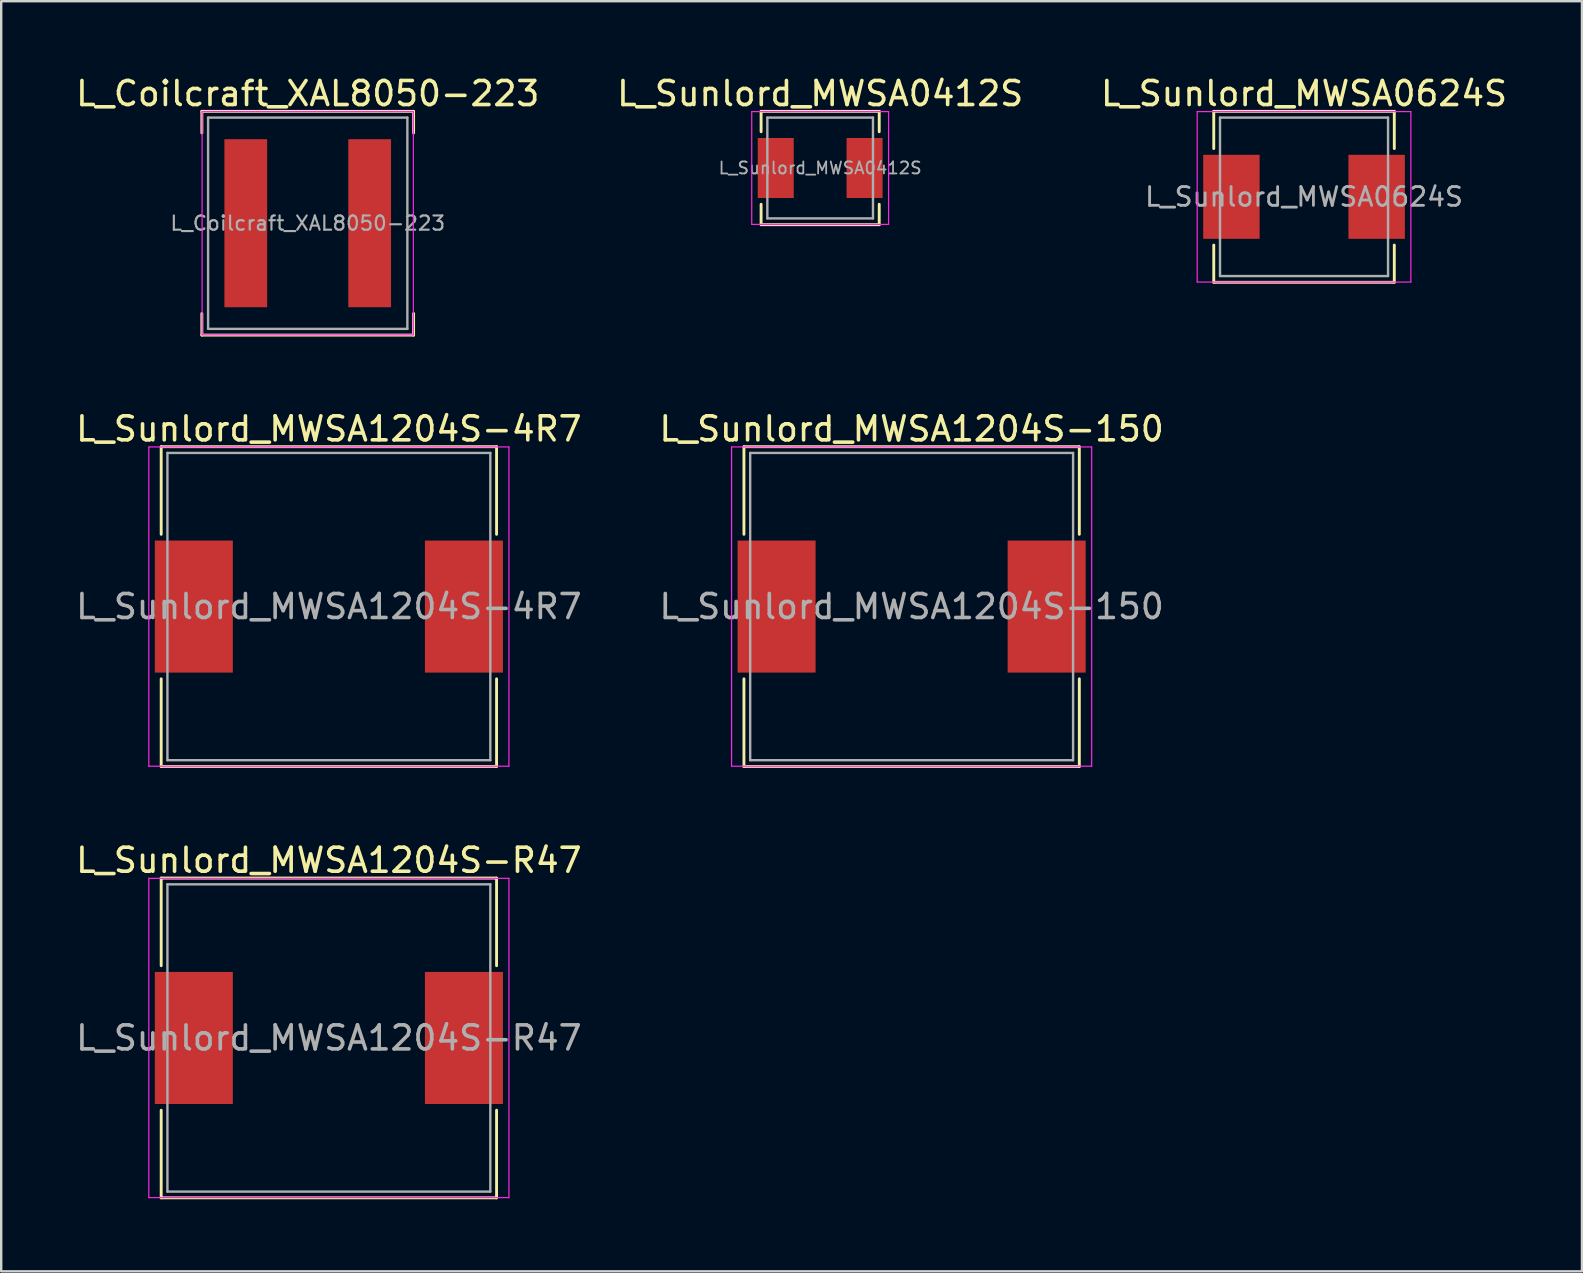
<source format=kicad_pcb>
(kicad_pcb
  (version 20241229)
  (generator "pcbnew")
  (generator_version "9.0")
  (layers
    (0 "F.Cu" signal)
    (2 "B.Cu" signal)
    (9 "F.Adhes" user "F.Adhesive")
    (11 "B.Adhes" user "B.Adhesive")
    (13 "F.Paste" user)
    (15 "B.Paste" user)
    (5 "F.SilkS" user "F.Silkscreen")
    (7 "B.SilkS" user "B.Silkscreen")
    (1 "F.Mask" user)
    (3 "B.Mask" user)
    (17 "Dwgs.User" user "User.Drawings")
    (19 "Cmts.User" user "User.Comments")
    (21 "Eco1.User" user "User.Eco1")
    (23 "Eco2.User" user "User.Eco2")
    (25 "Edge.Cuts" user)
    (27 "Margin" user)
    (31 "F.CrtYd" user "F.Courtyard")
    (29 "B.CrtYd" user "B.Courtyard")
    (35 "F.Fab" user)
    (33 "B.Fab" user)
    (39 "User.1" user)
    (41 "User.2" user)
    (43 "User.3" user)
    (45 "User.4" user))
  (footprint "L_Sunlord_MWSA1204S-150"
    (layer "F.Cu")
    (at 34.923 22.216)
    (property "Reference" "L_Sunlord_MWSA1204S-150" (at 0 -7.4 0) (layer "F.SilkS") (effects (font (size 1 1) (thickness 0.15))))
    (attr smd)
    (fp_line (start -6.985 -6.66) (end -6.985 -3.01) (stroke (width 0.12) (type solid)) (layer "F.SilkS"))
    (fp_line (start -6.985 -6.66) (end 6.985 -6.66) (stroke (width 0.12) (type solid)) (layer "F.SilkS"))
    (fp_line (start -6.985 6.66) (end -6.985 3.01) (stroke (width 0.12) (type solid)) (layer "F.SilkS"))
    (fp_line (start -6.985 6.66) (end 6.985 6.66) (stroke (width 0.12) (type solid)) (layer "F.SilkS"))
    (fp_line (start 6.985 -6.66) (end 6.985 -3.01) (stroke (width 0.12) (type solid)) (layer "F.SilkS"))
    (fp_line (start 6.985 6.66) (end 6.985 3.01) (stroke (width 0.12) (type solid)) (layer "F.SilkS"))
    (fp_line (start -7.5 -6.65) (end -7.5 6.65) (stroke (width 0.05) (type solid)) (layer "F.CrtYd"))
    (fp_line (start -7.5 6.65) (end 7.5 6.65) (stroke (width 0.05) (type solid)) (layer "F.CrtYd"))
    (fp_line (start 7.5 -6.65) (end -7.5 -6.65) (stroke (width 0.05) (type solid)) (layer "F.CrtYd"))
    (fp_line (start 7.5 6.65) (end 7.5 -6.65) (stroke (width 0.05) (type solid)) (layer "F.CrtYd"))
    (fp_line (start -6.725 -6.4) (end -6.725 6.4) (stroke (width 0.1) (type solid)) (layer "F.Fab"))
    (fp_line (start -6.725 6.4) (end 6.725 6.4) (stroke (width 0.1) (type solid)) (layer "F.Fab"))
    (fp_line (start 6.725 -6.4) (end -6.725 -6.4) (stroke (width 0.1) (type solid)) (layer "F.Fab"))
    (fp_line (start 6.725 6.4) (end 6.725 -6.4) (stroke (width 0.1) (type solid)) (layer "F.Fab"))
    (fp_text user "${REFERENCE}" (at 0 0 0) (layer "F.Fab") (effects (font (size 1 1) (thickness 0.15))))
    (pad "1" smd rect (at -5.625 0) (size 3.25 5.5) (layers "F.Cu" "F.Mask" "F.Paste"))
    (pad "2" smd rect (at 5.625 0) (size 3.25 5.5) (layers "F.Cu" "F.Mask" "F.Paste")))
  (footprint "L_Sunlord_MWSA1204S-4R7"
    (layer "F.Cu")
    (at 10.649 22.216)
    (property "Reference" "L_Sunlord_MWSA1204S-4R7" (at 0 -7.4 0) (layer "F.SilkS") (effects (font (size 1 1) (thickness 0.15))))
    (attr smd)
    (fp_line (start -6.985 -6.66) (end -6.985 -3.01) (stroke (width 0.12) (type solid)) (layer "F.SilkS"))
    (fp_line (start -6.985 -6.66) (end 6.985 -6.66) (stroke (width 0.12) (type solid)) (layer "F.SilkS"))
    (fp_line (start -6.985 6.66) (end -6.985 3.01) (stroke (width 0.12) (type solid)) (layer "F.SilkS"))
    (fp_line (start -6.985 6.66) (end 6.985 6.66) (stroke (width 0.12) (type solid)) (layer "F.SilkS"))
    (fp_line (start 6.985 -6.66) (end 6.985 -3.01) (stroke (width 0.12) (type solid)) (layer "F.SilkS"))
    (fp_line (start 6.985 6.66) (end 6.985 3.01) (stroke (width 0.12) (type solid)) (layer "F.SilkS"))
    (fp_line (start -7.5 -6.65) (end -7.5 6.65) (stroke (width 0.05) (type solid)) (layer "F.CrtYd"))
    (fp_line (start -7.5 6.65) (end 7.5 6.65) (stroke (width 0.05) (type solid)) (layer "F.CrtYd"))
    (fp_line (start 7.5 -6.65) (end -7.5 -6.65) (stroke (width 0.05) (type solid)) (layer "F.CrtYd"))
    (fp_line (start 7.5 6.65) (end 7.5 -6.65) (stroke (width 0.05) (type solid)) (layer "F.CrtYd"))
    (fp_line (start -6.725 -6.4) (end -6.725 6.4) (stroke (width 0.1) (type solid)) (layer "F.Fab"))
    (fp_line (start -6.725 6.4) (end 6.725 6.4) (stroke (width 0.1) (type solid)) (layer "F.Fab"))
    (fp_line (start 6.725 -6.4) (end -6.725 -6.4) (stroke (width 0.1) (type solid)) (layer "F.Fab"))
    (fp_line (start 6.725 6.4) (end 6.725 -6.4) (stroke (width 0.1) (type solid)) (layer "F.Fab"))
    (fp_text user "${REFERENCE}" (at 0 0 0) (layer "F.Fab") (effects (font (size 1 1) (thickness 0.15))))
    (pad "1" smd rect (at -5.625 0) (size 3.25 5.5) (layers "F.Cu" "F.Mask" "F.Paste"))
    (pad "2" smd rect (at 5.625 0) (size 3.25 5.5) (layers "F.Cu" "F.Mask" "F.Paste")))
  (footprint "L_Sunlord_MWSA0412S"
    (layer "F.Cu")
    (at 31.113 3.948)
    (property "Reference" "L_Sunlord_MWSA0412S" (at 0 -3.1 0) (layer "F.SilkS") (effects (font (size 1 1) (thickness 0.15))))
    (attr smd)
    (fp_line (start -2.46 -2.36) (end -2.46 -1.51) (stroke (width 0.12) (type solid)) (layer "F.SilkS"))
    (fp_line (start -2.46 -2.36) (end 2.46 -2.36) (stroke (width 0.12) (type solid)) (layer "F.SilkS"))
    (fp_line (start -2.46 2.36) (end -2.46 1.51) (stroke (width 0.12) (type solid)) (layer "F.SilkS"))
    (fp_line (start -2.46 2.36) (end 2.46 2.36) (stroke (width 0.12) (type solid)) (layer "F.SilkS"))
    (fp_line (start 2.46 -2.36) (end 2.46 -1.51) (stroke (width 0.12) (type solid)) (layer "F.SilkS"))
    (fp_line (start 2.46 2.36) (end 2.46 1.51) (stroke (width 0.12) (type solid)) (layer "F.SilkS"))
    (fp_line (start -2.85 -2.35) (end -2.85 2.35) (stroke (width 0.05) (type solid)) (layer "F.CrtYd"))
    (fp_line (start -2.85 2.35) (end 2.85 2.35) (stroke (width 0.05) (type solid)) (layer "F.CrtYd"))
    (fp_line (start 2.85 -2.35) (end -2.85 -2.35) (stroke (width 0.05) (type solid)) (layer "F.CrtYd"))
    (fp_line (start 2.85 2.35) (end 2.85 -2.35) (stroke (width 0.05) (type solid)) (layer "F.CrtYd"))
    (fp_line (start -2.2 -2.1) (end -2.2 2.1) (stroke (width 0.1) (type solid)) (layer "F.Fab"))
    (fp_line (start -2.2 2.1) (end 2.2 2.1) (stroke (width 0.1) (type solid)) (layer "F.Fab"))
    (fp_line (start 2.2 -2.1) (end -2.2 -2.1) (stroke (width 0.1) (type solid)) (layer "F.Fab"))
    (fp_line (start 2.2 2.1) (end 2.2 -2.1) (stroke (width 0.1) (type solid)) (layer "F.Fab"))
    (fp_text user "${REFERENCE}" (at 0 0 0) (layer "F.Fab") (effects (font (size 0.5 0.5) (thickness 0.075))))
    (pad "1" smd rect (at -1.85 0) (size 1.5 2.5) (layers "F.Cu" "F.Mask" "F.Paste"))
    (pad "2" smd rect (at 1.85 0) (size 1.5 2.5) (layers "F.Cu" "F.Mask" "F.Paste")))
  (footprint "L_Sunlord_MWSA1204S-R47"
    (layer "F.Cu")
    (at 10.649 40.185)
    (property "Reference" "L_Sunlord_MWSA1204S-R47" (at 0 -7.4 0) (layer "F.SilkS") (effects (font (size 1 1) (thickness 0.15))))
    (attr smd)
    (fp_line (start -6.985 -6.66) (end -6.985 -3.01) (stroke (width 0.12) (type solid)) (layer "F.SilkS"))
    (fp_line (start -6.985 -6.66) (end 6.985 -6.66) (stroke (width 0.12) (type solid)) (layer "F.SilkS"))
    (fp_line (start -6.985 6.66) (end -6.985 3.01) (stroke (width 0.12) (type solid)) (layer "F.SilkS"))
    (fp_line (start -6.985 6.66) (end 6.985 6.66) (stroke (width 0.12) (type solid)) (layer "F.SilkS"))
    (fp_line (start 6.985 -6.66) (end 6.985 -3.01) (stroke (width 0.12) (type solid)) (layer "F.SilkS"))
    (fp_line (start 6.985 6.66) (end 6.985 3.01) (stroke (width 0.12) (type solid)) (layer "F.SilkS"))
    (fp_line (start -7.5 -6.65) (end -7.5 6.65) (stroke (width 0.05) (type solid)) (layer "F.CrtYd"))
    (fp_line (start -7.5 6.65) (end 7.5 6.65) (stroke (width 0.05) (type solid)) (layer "F.CrtYd"))
    (fp_line (start 7.5 -6.65) (end -7.5 -6.65) (stroke (width 0.05) (type solid)) (layer "F.CrtYd"))
    (fp_line (start 7.5 6.65) (end 7.5 -6.65) (stroke (width 0.05) (type solid)) (layer "F.CrtYd"))
    (fp_line (start -6.725 -6.4) (end -6.725 6.4) (stroke (width 0.1) (type solid)) (layer "F.Fab"))
    (fp_line (start -6.725 6.4) (end 6.725 6.4) (stroke (width 0.1) (type solid)) (layer "F.Fab"))
    (fp_line (start 6.725 -6.4) (end -6.725 -6.4) (stroke (width 0.1) (type solid)) (layer "F.Fab"))
    (fp_line (start 6.725 6.4) (end 6.725 -6.4) (stroke (width 0.1) (type solid)) (layer "F.Fab"))
    (fp_text user "${REFERENCE}" (at 0 0 0) (layer "F.Fab") (effects (font (size 1 1) (thickness 0.15))))
    (pad "1" smd rect (at -5.625 0) (size 3.25 5.5) (layers "F.Cu" "F.Mask" "F.Paste"))
    (pad "2" smd rect (at 5.625 0) (size 3.25 5.5) (layers "F.Cu" "F.Mask" "F.Paste")))
  (footprint "L_Sunlord_MWSA0624S"
    (layer "F.Cu")
    (at 51.268 5.148)
    (property "Reference" "L_Sunlord_MWSA0624S" (at 0 -4.3 0) (layer "F.SilkS") (effects (font (size 1 1) (thickness 0.15))))
    (attr smd)
    (fp_line (start -3.76 -3.56) (end -3.76 -2.01) (stroke (width 0.12) (type solid)) (layer "F.SilkS"))
    (fp_line (start -3.76 -3.56) (end 3.76 -3.56) (stroke (width 0.12) (type solid)) (layer "F.SilkS"))
    (fp_line (start -3.76 3.56) (end -3.76 2.01) (stroke (width 0.12) (type solid)) (layer "F.SilkS"))
    (fp_line (start -3.76 3.56) (end 3.76 3.56) (stroke (width 0.12) (type solid)) (layer "F.SilkS"))
    (fp_line (start 3.76 -3.56) (end 3.76 -2.01) (stroke (width 0.12) (type solid)) (layer "F.SilkS"))
    (fp_line (start 3.76 3.56) (end 3.76 2.01) (stroke (width 0.12) (type solid)) (layer "F.SilkS"))
    (fp_line (start -4.45 -3.55) (end -4.45 3.55) (stroke (width 0.05) (type solid)) (layer "F.CrtYd"))
    (fp_line (start -4.45 3.55) (end 4.45 3.55) (stroke (width 0.05) (type solid)) (layer "F.CrtYd"))
    (fp_line (start 4.45 -3.55) (end -4.45 -3.55) (stroke (width 0.05) (type solid)) (layer "F.CrtYd"))
    (fp_line (start 4.45 3.55) (end 4.45 -3.55) (stroke (width 0.05) (type solid)) (layer "F.CrtYd"))
    (fp_line (start -3.5 -3.3) (end -3.5 3.3) (stroke (width 0.1) (type solid)) (layer "F.Fab"))
    (fp_line (start -3.5 3.3) (end 3.5 3.3) (stroke (width 0.1) (type solid)) (layer "F.Fab"))
    (fp_line (start 3.5 -3.3) (end -3.5 -3.3) (stroke (width 0.1) (type solid)) (layer "F.Fab"))
    (fp_line (start 3.5 3.3) (end 3.5 -3.3) (stroke (width 0.1) (type solid)) (layer "F.Fab"))
    (fp_text user "${REFERENCE}" (at 0 0 0) (layer "F.Fab") (effects (font (size 0.783 0.783) (thickness 0.117))))
    (pad "1" smd rect (at -3.025 0) (size 2.35 3.5) (layers "F.Cu" "F.Mask" "F.Paste"))
    (pad "2" smd rect (at 3.025 0) (size 2.35 3.5) (layers "F.Cu" "F.Mask" "F.Paste")))
  (footprint "L_Coilcraft_XAL8050-223"
    (layer "F.Cu")
    (at 9.768 6.248)
    (property "Reference" "L_Coilcraft_XAL8050-223" (at 0 -5.4 0) (layer "F.SilkS") (effects (font (size 1 1) (thickness 0.15))))
    (attr smd)
    (fp_line (start -4.41 -4.66) (end -4.41 -3.76) (stroke (width 0.12) (type solid)) (layer "F.SilkS"))
    (fp_line (start -4.41 -4.66) (end 4.41 -4.66) (stroke (width 0.12) (type solid)) (layer "F.SilkS"))
    (fp_line (start -4.41 4.66) (end -4.41 3.76) (stroke (width 0.12) (type solid)) (layer "F.SilkS"))
    (fp_line (start -4.41 4.66) (end 4.41 4.66) (stroke (width 0.12) (type solid)) (layer "F.SilkS"))
    (fp_line (start 4.41 -4.66) (end 4.41 -3.76) (stroke (width 0.12) (type solid)) (layer "F.SilkS"))
    (fp_line (start 4.41 4.66) (end 4.41 3.76) (stroke (width 0.12) (type solid)) (layer "F.SilkS"))
    (fp_line (start -4.4 -4.65) (end -4.4 4.65) (stroke (width 0.05) (type solid)) (layer "F.CrtYd"))
    (fp_line (start -4.4 4.65) (end 4.4 4.65) (stroke (width 0.05) (type solid)) (layer "F.CrtYd"))
    (fp_line (start 4.4 -4.65) (end -4.4 -4.65) (stroke (width 0.05) (type solid)) (layer "F.CrtYd"))
    (fp_line (start 4.4 4.65) (end 4.4 -4.65) (stroke (width 0.05) (type solid)) (layer "F.CrtYd"))
    (fp_line (start -4.15 -4.4) (end -4.15 4.4) (stroke (width 0.1) (type solid)) (layer "F.Fab"))
    (fp_line (start -4.15 4.4) (end 4.15 4.4) (stroke (width 0.1) (type solid)) (layer "F.Fab"))
    (fp_line (start 4.15 -4.4) (end -4.15 -4.4) (stroke (width 0.1) (type solid)) (layer "F.Fab"))
    (fp_line (start 4.15 4.4) (end 4.15 -4.4) (stroke (width 0.1) (type solid)) (layer "F.Fab"))
    (fp_text user "${REFERENCE}" (at 0 0 0) (layer "F.Fab") (effects (font (size 0.593 0.593) (thickness 0.089))))
    (pad "1" smd rect (at -2.58 0) (size 1.78 7) (layers "F.Cu" "F.Mask" "F.Paste"))
    (pad "2" smd rect (at 2.58 0) (size 1.78 7) (layers "F.Cu" "F.Mask" "F.Paste")))
  (gr_rect
    (start -3 -3)
    (end 62.845 49.905)
    (stroke (width 0.1) (type default))
    (fill no)
    (layer "Edge.Cuts")))
</source>
